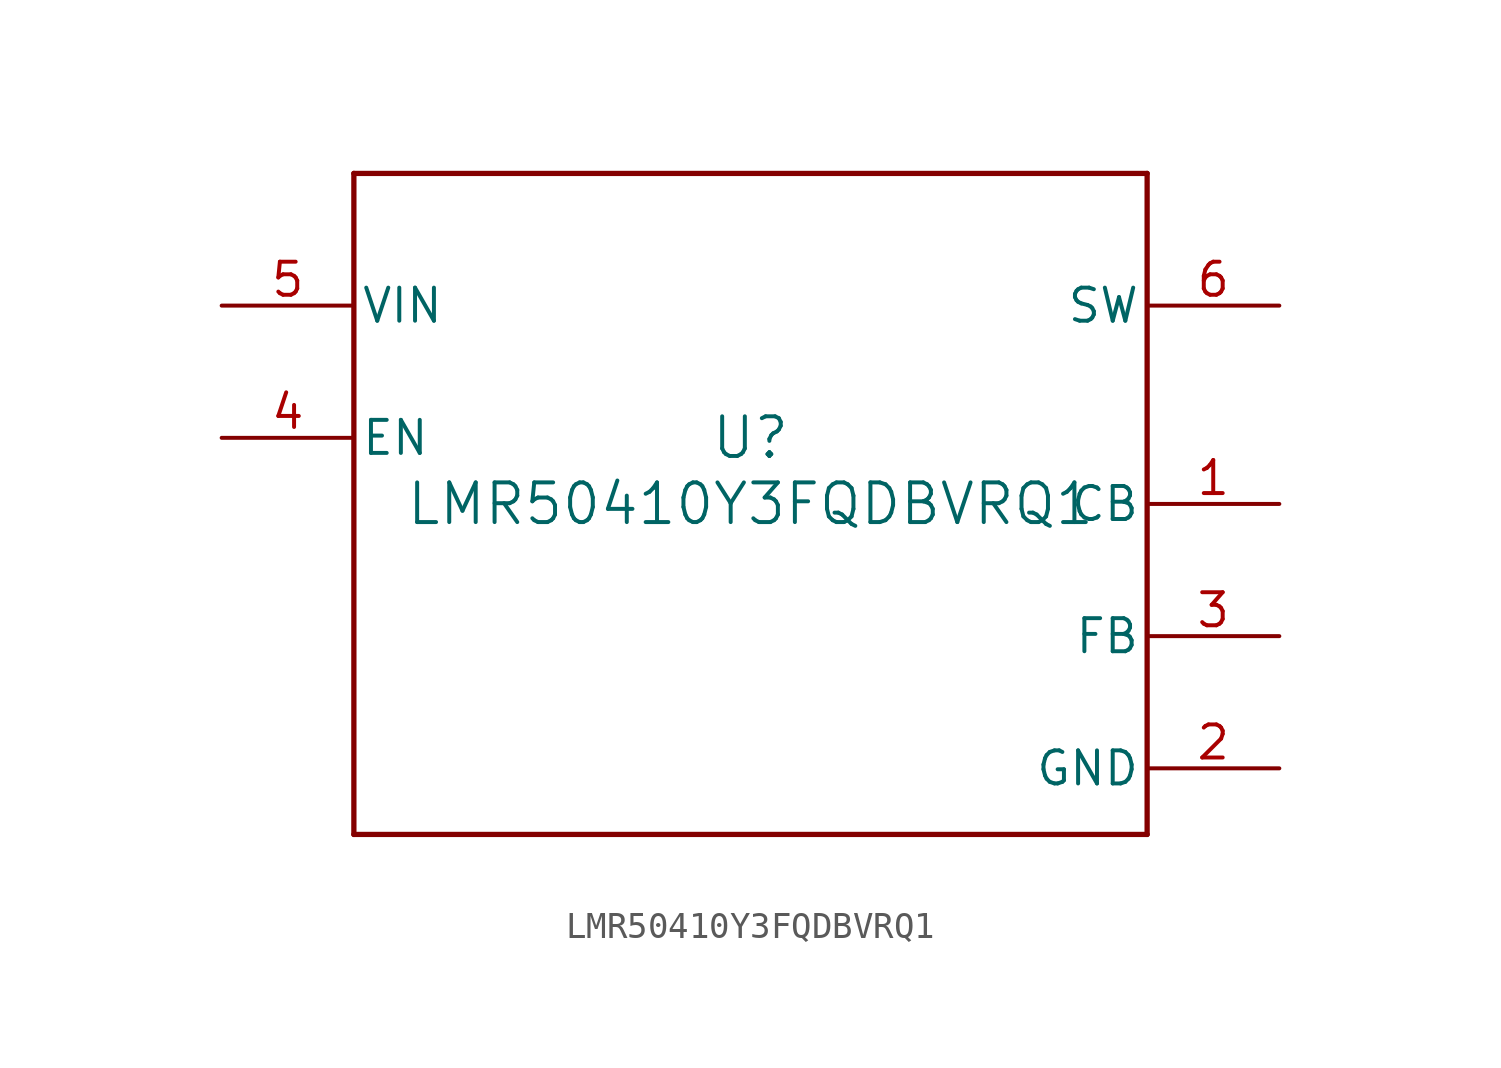
<source format=kicad_sym>
(kicad_symbol_lib
  (version 20211014)
  (generator kicad_symbol_editor)
  (symbol "LMR50410Y3FQDBVRQ1"
    (pin_names
      (offset 0.254))
    (property "Reference" "U"
      (at 0 2.54 0)
      (effects (font (size 1.524 1.524))))
    (property "Value" "LMR50410Y3FQDBVRQ1"
      (at 0 0 0)
      (effects (font (size 1.524 1.524))))
    (polyline
      (pts (xy -15.24 -12.7) (xy 15.24 -12.7))
      (stroke (width 0.203) (type default) (color 0 0 0 0))
      (fill (type none)))
    (polyline
      (pts (xy 15.24 -12.7) (xy 15.24 12.7))
      (stroke (width 0.203) (type default) (color 0 0 0 0))
      (fill (type none)))
    (polyline
      (pts (xy 15.24 12.7) (xy -15.24 12.7))
      (stroke (width 0.203) (type default) (color 0 0 0 0))
      (fill (type none)))
    (polyline
      (pts (xy -15.24 12.7) (xy -15.24 -12.7))
      (stroke (width 0.203) (type default) (color 0 0 0 0))
      (fill (type none)))
    (pin unspecified line
      (at 20.32 0 180)
      (length 5.08)
      (name "CB" (effects (font (size 1.27 1.27))))
      (number "1" (effects (font (size 1.27 1.27)))))
    (pin power_in line
      (at 20.32 -10.16 180)
      (length 5.08)
      (name "GND" (effects (font (size 1.27 1.27))))
      (number "2" (effects (font (size 1.27 1.27)))))
    (pin unspecified line
      (at 20.32 -5.08 180)
      (length 5.08)
      (name "FB" (effects (font (size 1.27 1.27))))
      (number "3" (effects (font (size 1.27 1.27)))))
    (pin input line
      (at -20.32 2.54 0)
      (length 5.08)
      (name "EN" (effects (font (size 1.27 1.27))))
      (number "4" (effects (font (size 1.27 1.27)))))
    (pin power_in line
      (at -20.32 7.62 0)
      (length 5.08)
      (name "VIN" (effects (font (size 1.27 1.27))))
      (number "5" (effects (font (size 1.27 1.27)))))
    (pin power_in line
      (at 20.32 7.62 180)
      (length 5.08)
      (name "SW" (effects (font (size 1.27 1.27))))
      (number "6" (effects (font (size 1.27 1.27)))))))
</source>
